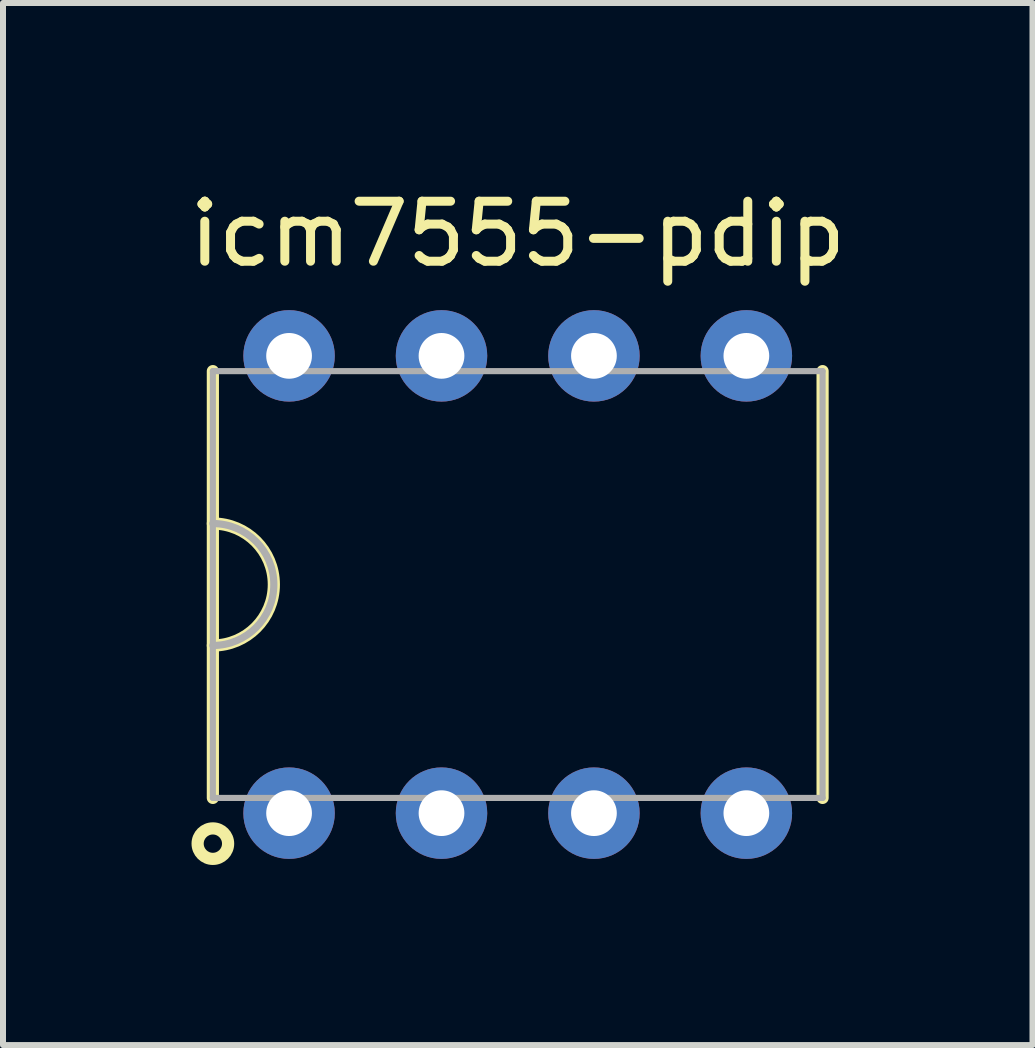
<source format=kicad_pcb>
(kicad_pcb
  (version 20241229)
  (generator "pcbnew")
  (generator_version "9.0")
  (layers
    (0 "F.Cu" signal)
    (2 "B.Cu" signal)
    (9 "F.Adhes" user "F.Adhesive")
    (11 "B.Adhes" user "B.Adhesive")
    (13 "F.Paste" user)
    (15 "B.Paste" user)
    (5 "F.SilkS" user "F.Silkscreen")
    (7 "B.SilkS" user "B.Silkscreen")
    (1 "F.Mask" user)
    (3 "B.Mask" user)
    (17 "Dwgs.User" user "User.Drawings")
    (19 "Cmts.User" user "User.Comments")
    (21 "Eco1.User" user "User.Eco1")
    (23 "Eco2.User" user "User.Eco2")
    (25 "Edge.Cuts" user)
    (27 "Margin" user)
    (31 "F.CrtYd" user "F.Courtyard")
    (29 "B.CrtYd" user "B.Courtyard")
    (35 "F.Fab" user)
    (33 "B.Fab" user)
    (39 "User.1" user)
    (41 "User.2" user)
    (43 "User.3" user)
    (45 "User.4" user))
  (footprint "icm7555-pdip"
    (layer "F.Cu")
    (at 5.577 6.69)
    (property "Reference" "icm7555-pdip" (at 0 -5.842 0) (layer "F.SilkS") (effects (font (size 1 1) (thickness 0.15))))
    (attr through_hole)
    (fp_line (start -5.08 -3.556) (end -5.08 3.556) (stroke (width 0.203) (type solid)) (layer "F.SilkS"))
    (fp_line (start 5.08 3.556) (end 5.08 -3.556) (stroke (width 0.203) (type solid)) (layer "F.SilkS"))
    (fp_arc (start -5.08 -1.016) (mid -4.064 0) (end -5.08 1.016) (stroke (width 0.2032) (type solid)) (layer "F.SilkS"))
    (fp_circle (center -5.08 4.318) (end -4.826 4.318) (stroke (width 0.203) (type solid)) (fill no) (layer "F.SilkS"))
    (fp_line (start -5.08 3.556) (end -5.08 -3.556) (stroke (width 0.102) (type solid)) (layer "F.Fab"))
    (fp_line (start -5.08 3.556) (end 5.08 3.556) (stroke (width 0.102) (type solid)) (layer "F.Fab"))
    (fp_line (start 5.08 -3.556) (end -5.08 -3.556) (stroke (width 0.102) (type solid)) (layer "F.Fab"))
    (fp_line (start 5.08 3.556) (end 5.08 -3.556) (stroke (width 0.102) (type solid)) (layer "F.Fab"))
    (fp_arc (start -5.08 -1.016) (mid -4.064 0) (end -5.08 1.016) (stroke (width 0.12) (type solid)) (layer "F.Fab"))
    (pad "1" thru_hole circle (at -3.81 3.81) (size 1.524 1.524) (drill 0.762) (layers "*.Cu" "*.Mask"))
    (pad "2" thru_hole circle (at -1.27 3.81) (size 1.524 1.524) (drill 0.762) (layers "*.Cu" "*.Mask"))
    (pad "3" thru_hole circle (at 1.27 3.81) (size 1.524 1.524) (drill 0.762) (layers "*.Cu" "*.Mask"))
    (pad "4" thru_hole circle (at 3.81 3.81) (size 1.524 1.524) (drill 0.762) (layers "*.Cu" "*.Mask"))
    (pad "5" thru_hole circle (at 3.81 -3.81) (size 1.524 1.524) (drill 0.762) (layers "*.Cu" "*.Mask"))
    (pad "6" thru_hole circle (at 1.27 -3.81) (size 1.524 1.524) (drill 0.762) (layers "*.Cu" "*.Mask"))
    (pad "7" thru_hole circle (at -1.27 -3.81) (size 1.524 1.524) (drill 0.762) (layers "*.Cu" "*.Mask"))
    (pad "8" thru_hole circle (at -3.81 -3.81) (size 1.524 1.524) (drill 0.762) (layers "*.Cu" "*.Mask")))
  (gr_rect
    (start -3 -3)
    (end 14.155 14.364)
    (stroke (width 0.1) (type default))
    (fill no)
    (layer "Edge.Cuts")))
</source>
